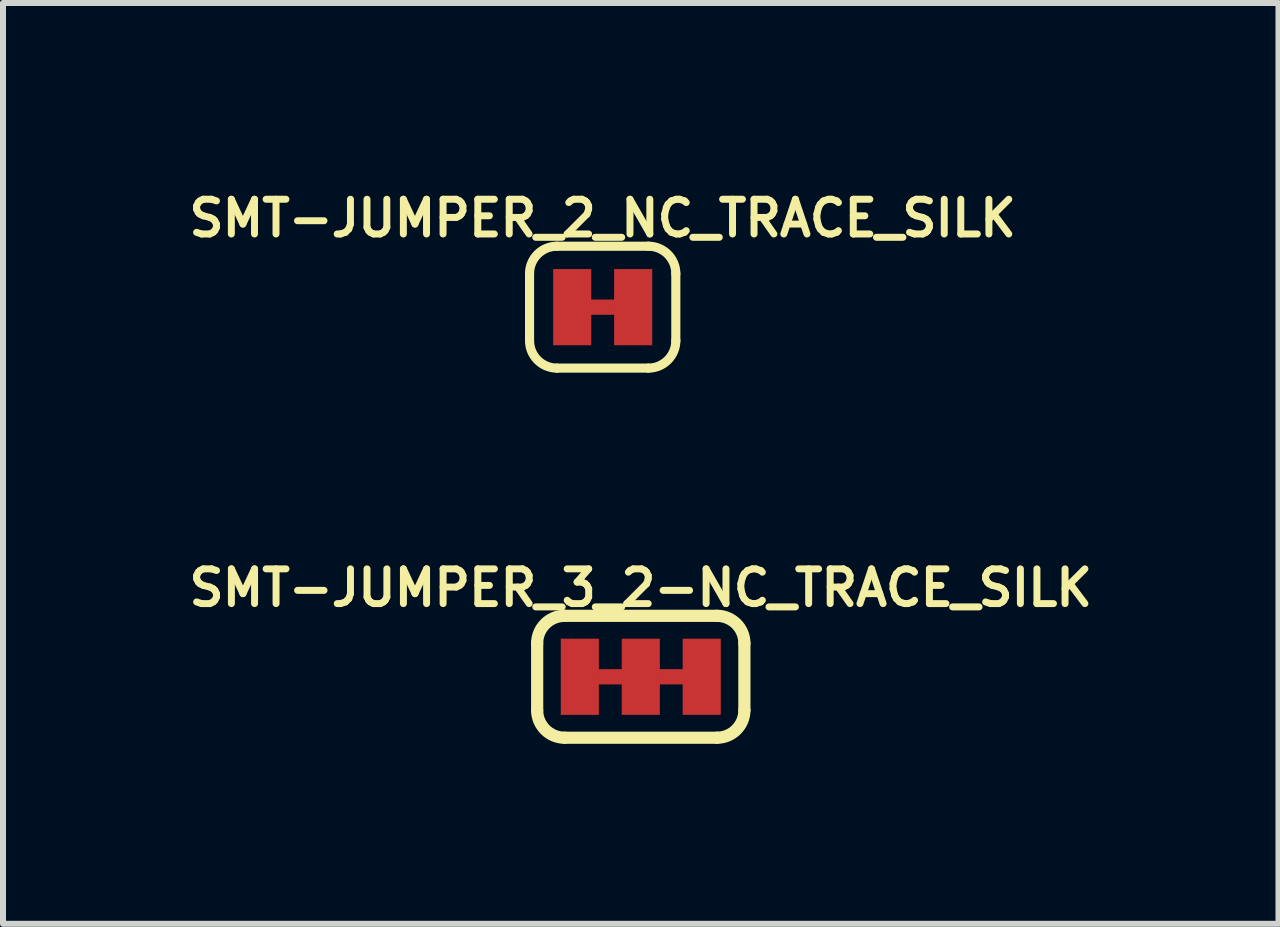
<source format=kicad_pcb>
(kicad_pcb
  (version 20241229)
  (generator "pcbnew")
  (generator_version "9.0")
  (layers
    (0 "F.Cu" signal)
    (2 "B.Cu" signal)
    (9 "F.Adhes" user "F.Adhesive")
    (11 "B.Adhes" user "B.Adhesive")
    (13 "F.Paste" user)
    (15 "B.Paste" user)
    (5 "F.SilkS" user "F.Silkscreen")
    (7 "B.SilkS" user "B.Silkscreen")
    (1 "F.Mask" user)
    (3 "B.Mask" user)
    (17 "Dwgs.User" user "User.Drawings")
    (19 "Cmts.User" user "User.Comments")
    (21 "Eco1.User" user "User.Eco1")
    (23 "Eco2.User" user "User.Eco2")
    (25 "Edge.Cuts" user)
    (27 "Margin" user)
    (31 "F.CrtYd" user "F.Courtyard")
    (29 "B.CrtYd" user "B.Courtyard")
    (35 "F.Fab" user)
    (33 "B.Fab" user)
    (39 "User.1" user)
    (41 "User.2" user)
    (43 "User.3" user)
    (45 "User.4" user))
  (footprint "SMT-JUMPER_2_NC_TRACE_SILK"
    (layer "F.Cu")
    (at 6.996 2.07)
    (property "Reference" "SMT-JUMPER_2_NC_TRACE_SILK" (at 0 -1.143 180) (layer "F.SilkS") (effects (font (size 0.579 0.579) (thickness 0.116)) (justify bottom)))
    (attr through_hole)
    (fp_poly (pts (xy -0.203 0.127) (xy 0.203 0.127) (xy 0.203 -0.127) (xy -0.203 -0.127)) (stroke (width 0) (type solid)) (fill yes) (layer "F.Cu"))
    (fp_poly (pts (xy -0.191 -0.127) (xy 0.191 -0.127) (xy 0.191 0.127) (xy -0.191 0.127)) (stroke (width 0) (type solid)) (fill yes) (layer "F.Mask"))
    (fp_line (start -1.219 0.559) (end -1.219 -0.559) (stroke (width 0.152) (type solid)) (layer "F.SilkS"))
    (fp_line (start -0.762 -1.016) (end 0.762 -1.016) (stroke (width 0.152) (type solid)) (layer "F.SilkS"))
    (fp_line (start 0.762 1.016) (end -0.762 1.016) (stroke (width 0.152) (type solid)) (layer "F.SilkS"))
    (fp_line (start 1.219 0.559) (end 1.219 -0.559) (stroke (width 0.152) (type solid)) (layer "F.SilkS"))
    (fp_arc (start -1.2192 -0.5588) (mid -1.085289 -0.882089) (end -0.762 -1.016) (stroke (width 0.1524) (type solid)) (layer "F.SilkS"))
    (fp_arc (start -0.762 1.016) (mid -1.085289 0.882089) (end -1.2192 0.5588) (stroke (width 0.1524) (type solid)) (layer "F.SilkS"))
    (fp_arc (start 0.762 -1.016) (mid 1.085289 -0.882089) (end 1.2192 -0.5588) (stroke (width 0.1524) (type solid)) (layer "F.SilkS"))
    (fp_arc (start 1.2192 0.5588) (mid 1.085289 0.882089) (end 0.762 1.016) (stroke (width 0.1524) (type solid)) (layer "F.SilkS"))
    (pad "1" smd rect (at -0.508 0) (size 0.635 1.27) (layers "F.Cu" "F.Mask"))
    (pad "2" smd rect (at 0.508 0) (size 0.635 1.27) (layers "F.Cu" "F.Mask")))
  (footprint "SMT-JUMPER_3_2-NC_TRACE_SILK"
    (layer "F.Cu")
    (at 7.631 8.231)
    (property "Reference" "SMT-JUMPER_3_2-NC_TRACE_SILK" (at 0 -1.143 180) (layer "F.SilkS") (effects (font (size 0.579 0.579) (thickness 0.116)) (justify bottom)))
    (attr through_hole)
    (fp_poly (pts (xy -0.711 0.127) (xy -0.305 0.127) (xy -0.305 -0.127) (xy -0.711 -0.127)) (stroke (width 0) (type solid)) (fill yes) (layer "F.Cu"))
    (fp_poly (pts (xy 0.305 0.127) (xy 0.711 0.127) (xy 0.711 -0.127) (xy 0.305 -0.127)) (stroke (width 0) (type solid)) (fill yes) (layer "F.Cu"))
    (fp_poly (pts (xy -0.699 -0.127) (xy 0.699 -0.127) (xy 0.699 0.127) (xy -0.699 0.127)) (stroke (width 0) (type solid)) (fill yes) (layer "F.Mask"))
    (fp_line (start -1.727 0.559) (end -1.727 -0.559) (stroke (width 0.203) (type solid)) (layer "F.SilkS"))
    (fp_line (start -1.27 -1.016) (end 1.27 -1.016) (stroke (width 0.203) (type solid)) (layer "F.SilkS"))
    (fp_line (start 1.27 1.016) (end -1.27 1.016) (stroke (width 0.203) (type solid)) (layer "F.SilkS"))
    (fp_line (start 1.727 0.559) (end 1.727 -0.559) (stroke (width 0.203) (type solid)) (layer "F.SilkS"))
    (fp_arc (start -1.7272 -0.5588) (mid -1.593289 -0.882089) (end -1.27 -1.016) (stroke (width 0.2032) (type solid)) (layer "F.SilkS"))
    (fp_arc (start -1.27 1.016) (mid -1.593289 0.882089) (end -1.7272 0.5588) (stroke (width 0.2032) (type solid)) (layer "F.SilkS"))
    (fp_arc (start 1.27 -1.016) (mid 1.593289 -0.882089) (end 1.7272 -0.5588) (stroke (width 0.2032) (type solid)) (layer "F.SilkS"))
    (fp_arc (start 1.7272 0.5588) (mid 1.593289 0.882089) (end 1.27 1.016) (stroke (width 0.2032) (type solid)) (layer "F.SilkS"))
    (pad "1" smd rect (at -1.016 0) (size 0.635 1.27) (layers "F.Cu" "F.Mask"))
    (pad "2" smd rect (at 0 0) (size 0.635 1.27) (layers "F.Cu" "F.Mask"))
    (pad "3" smd rect (at 1.016 0) (size 0.635 1.27) (layers "F.Cu" "F.Mask")))
  (gr_rect
    (start -3 -3)
    (end 18.261 12.349)
    (stroke (width 0.1) (type default))
    (fill no)
    (layer "Edge.Cuts")))
</source>
